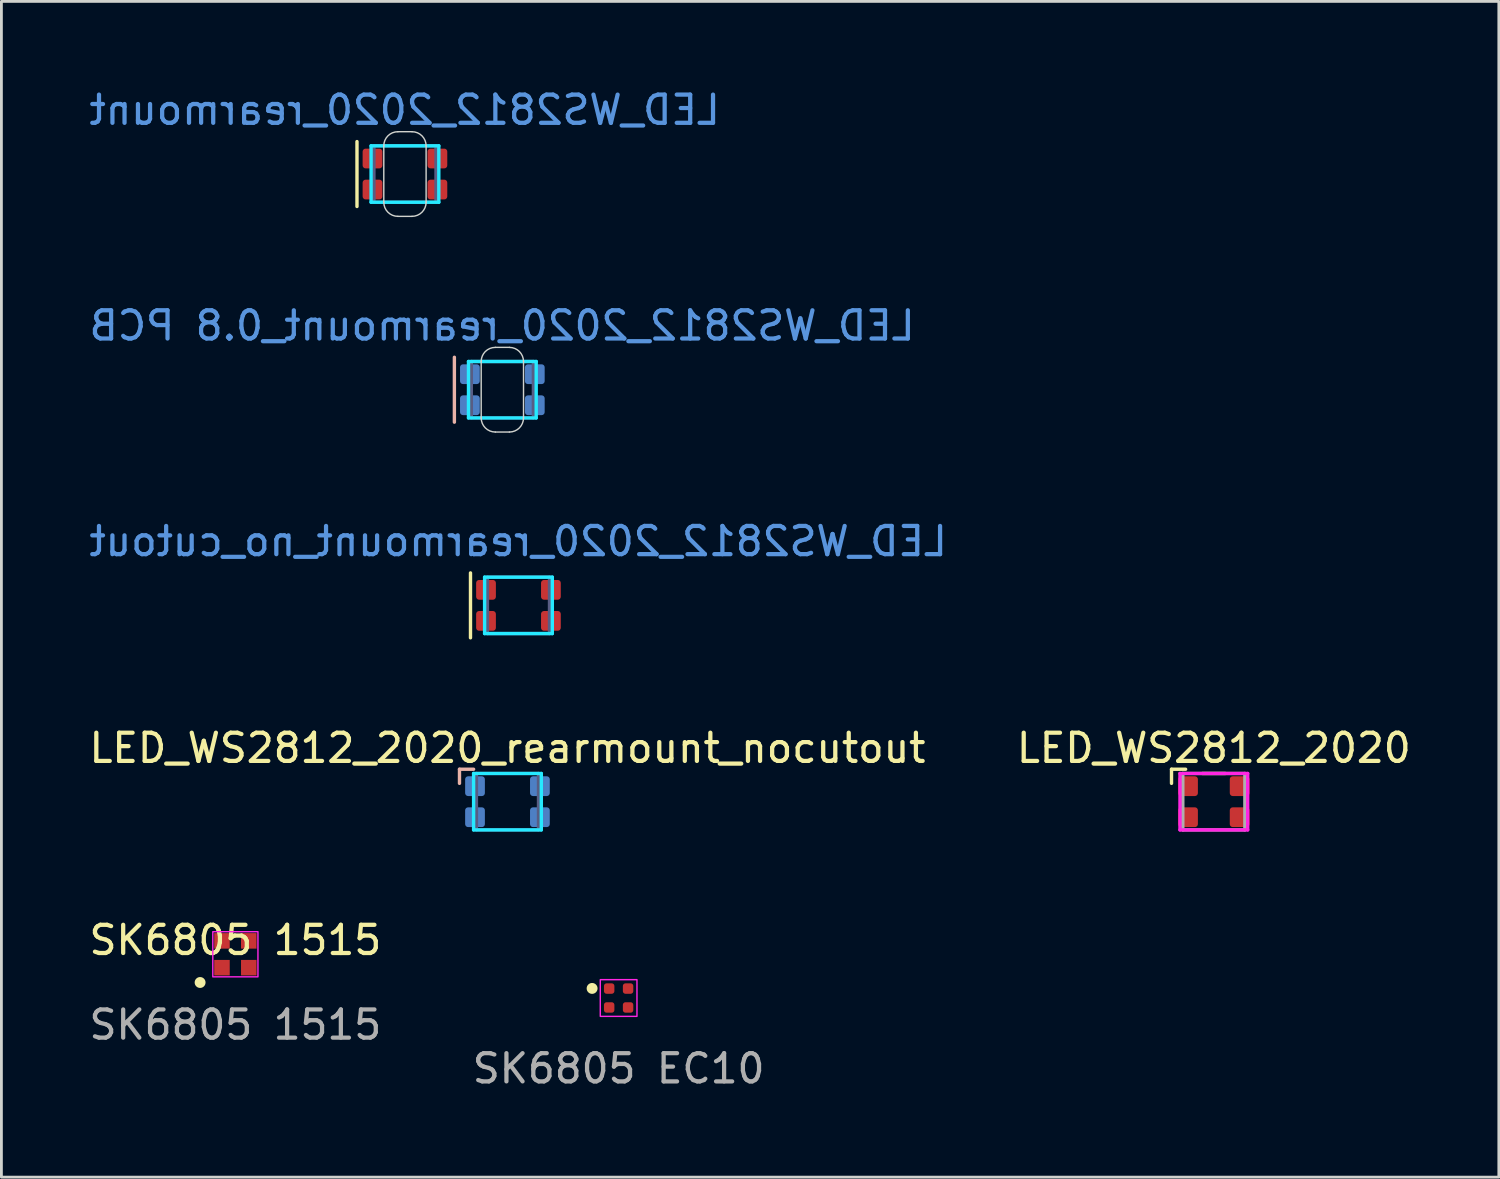
<source format=kicad_pcb>
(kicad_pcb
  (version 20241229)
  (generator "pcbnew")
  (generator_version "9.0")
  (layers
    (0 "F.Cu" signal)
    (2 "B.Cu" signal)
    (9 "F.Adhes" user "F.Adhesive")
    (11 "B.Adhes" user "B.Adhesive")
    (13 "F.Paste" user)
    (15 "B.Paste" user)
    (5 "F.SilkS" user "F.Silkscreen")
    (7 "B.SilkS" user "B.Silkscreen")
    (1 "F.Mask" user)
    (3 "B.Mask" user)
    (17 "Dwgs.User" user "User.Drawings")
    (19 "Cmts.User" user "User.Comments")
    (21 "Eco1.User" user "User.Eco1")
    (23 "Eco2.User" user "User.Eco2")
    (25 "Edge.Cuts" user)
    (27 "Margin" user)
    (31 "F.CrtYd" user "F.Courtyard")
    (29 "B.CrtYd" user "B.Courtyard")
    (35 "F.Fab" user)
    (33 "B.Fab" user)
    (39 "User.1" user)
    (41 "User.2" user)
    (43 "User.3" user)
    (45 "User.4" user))
  (footprint "LED_WS2812_2020_rearmount_no_cutout"
    (layer "F.Cu")
    (at 15.325 18.405)
    (property "Reference" "LED_WS2812_2020_rearmount_no_cutout" (at -0.01 -2.27 0) (layer "Cmts.User") (effects (font (size 1 1) (thickness 0.15)) (justify mirror)))
    (attr smd)
    (fp_line (start -1.7 1.15) (end -1.7 -1.15) (stroke (width 0.12) (type solid)) (layer "F.SilkS"))
    (fp_line (start -1.2 -1) (end 1.2 -1) (stroke (width 0.12) (type solid)) (layer "B.CrtYd"))
    (fp_line (start -1.2 1) (end -1.2 -1) (stroke (width 0.12) (type solid)) (layer "B.CrtYd"))
    (fp_line (start 1.2 -1) (end 1.2 1) (stroke (width 0.12) (type solid)) (layer "B.CrtYd"))
    (fp_line (start 1.2 1) (end -1.2 1) (stroke (width 0.12) (type solid)) (layer "B.CrtYd"))
    (fp_line (start -1.1 -1) (end 1.1 -1) (stroke (width 0.12) (type solid)) (layer "B.Fab"))
    (fp_line (start -1.1 1) (end -1.1 -1) (stroke (width 0.12) (type solid)) (layer "B.Fab"))
    (fp_line (start 1.1 -1) (end 1.1 1) (stroke (width 0.12) (type solid)) (layer "B.Fab"))
    (fp_line (start 1.1 1) (end -1.1 1) (stroke (width 0.12) (type solid)) (layer "B.Fab"))
    (pad "1" smd roundrect (at -1.15 0.55) (size 0.7 0.7) (layers "F.Cu" "F.Mask" "F.Paste") (roundrect_rratio 0.15))
    (pad "2" smd roundrect (at -1.15 -0.55) (size 0.7 0.7) (layers "F.Cu" "F.Mask" "F.Paste") (roundrect_rratio 0.15))
    (pad "3" smd roundrect (at 1.15 -0.55) (size 0.7 0.7) (layers "F.Cu" "F.Mask" "F.Paste") (roundrect_rratio 0.15))
    (pad "4" smd roundrect (at 1.15 0.55) (size 0.7 0.7) (layers "F.Cu" "F.Mask" "F.Paste") (roundrect_rratio 0.15)))
  (footprint "LED_WS2812_2020"
    (layer "F.Cu")
    (at 39.97 25.363)
    (property "Reference" "LED_WS2812_2020" (at 0 -1.9 0) (layer "F.SilkS") (effects (font (size 1 1) (thickness 0.15))))
    (attr smd)
    (fp_line (start -1.5 -1.15) (end -1 -1.15) (stroke (width 0.12) (type solid)) (layer "F.SilkS"))
    (fp_line (start -1.5 -0.65) (end -1.5 -1.15) (stroke (width 0.12) (type solid)) (layer "F.SilkS"))
    (fp_line (start -0.4 -1) (end 0.4 -1) (stroke (width 0.12) (type solid)) (layer "F.SilkS"))
    (fp_line (start -1.2 -1) (end 1.2 -1) (stroke (width 0.12) (type solid)) (layer "F.CrtYd"))
    (fp_line (start -1.2 1) (end -1.2 -1) (stroke (width 0.12) (type solid)) (layer "F.CrtYd"))
    (fp_line (start 1.2 -1) (end 1.2 1) (stroke (width 0.12) (type solid)) (layer "F.CrtYd"))
    (fp_line (start 1.2 1) (end -1.2 1) (stroke (width 0.12) (type solid)) (layer "F.CrtYd"))
    (fp_line (start -1.1 -1) (end 1.1 -1) (stroke (width 0.12) (type solid)) (layer "F.Fab"))
    (fp_line (start -1.1 1) (end -1.1 -1) (stroke (width 0.12) (type solid)) (layer "F.Fab"))
    (fp_line (start 1.1 -1) (end 1.1 1) (stroke (width 0.12) (type solid)) (layer "F.Fab"))
    (fp_line (start 1.1 1) (end -1.1 1) (stroke (width 0.12) (type solid)) (layer "F.Fab"))
    (pad "1" smd roundrect (at -0.915 -0.55) (size 0.7 0.7) (layers "F.Cu" "F.Mask" "F.Paste") (roundrect_rratio 0.15))
    (pad "2" smd roundrect (at -0.915 0.55) (size 0.7 0.7) (layers "F.Cu" "F.Mask" "F.Paste") (roundrect_rratio 0.15))
    (pad "3" smd roundrect (at 0.915 0.55) (size 0.7 0.7) (layers "F.Cu" "F.Mask" "F.Paste") (roundrect_rratio 0.15))
    (pad "4" smd roundrect (at 0.915 -0.55) (size 0.7 0.7) (layers "F.Cu" "F.Mask" "F.Paste") (roundrect_rratio 0.15)))
  (footprint "LED_WS2812_2020_rearmount_0.8 PCB"
    (layer "F.Cu")
    (at 14.754 10.762)
    (property "Reference" "LED_WS2812_2020_rearmount_0.8 PCB" (at -0.01 -2.27 0) (layer "Cmts.User") (effects (font (size 1 1) (thickness 0.15)) (justify mirror)))
    (attr smd)
    (fp_line (start -1.7 1.15) (end -1.7 -1.15) (stroke (width 0.12) (type solid)) (layer "B.SilkS"))
    (fp_line (start -0.75 -1) (end -0.75 1) (stroke (width 0.05) (type solid)) (layer "Edge.Cuts"))
    (fp_line (start -0.25 -1.5) (end 0.25 -1.5) (stroke (width 0.05) (type solid)) (layer "Edge.Cuts"))
    (fp_line (start 0.25 1.5) (end -0.25 1.5) (stroke (width 0.05) (type solid)) (layer "Edge.Cuts"))
    (fp_line (start 0.75 1) (end 0.75 -1) (stroke (width 0.05) (type solid)) (layer "Edge.Cuts"))
    (fp_arc (start -0.75 -1) (mid -0.603554 -1.353553) (end -0.250001 -1.499999) (stroke (width 0.05) (type solid)) (layer "Edge.Cuts"))
    (fp_arc (start -0.250001 1.500001) (mid -0.603554 1.353554) (end -0.75 1) (stroke (width 0.05) (type solid)) (layer "Edge.Cuts"))
    (fp_arc (start 0.250001 -1.500001) (mid 0.603554 -1.353554) (end 0.75 -1) (stroke (width 0.05) (type solid)) (layer "Edge.Cuts"))
    (fp_arc (start 0.75 1) (mid 0.603554 1.353553) (end 0.250001 1.499999) (stroke (width 0.05) (type solid)) (layer "Edge.Cuts"))
    (fp_line (start -1.2 -1) (end 1.2 -1) (stroke (width 0.12) (type solid)) (layer "B.CrtYd"))
    (fp_line (start -1.2 1) (end -1.2 -1) (stroke (width 0.12) (type solid)) (layer "B.CrtYd"))
    (fp_line (start 1.2 -1) (end 1.2 1) (stroke (width 0.12) (type solid)) (layer "B.CrtYd"))
    (fp_line (start 1.2 1) (end -1.2 1) (stroke (width 0.12) (type solid)) (layer "B.CrtYd"))
    (fp_line (start -1.1 -1) (end 1.1 -1) (stroke (width 0.12) (type solid)) (layer "B.Fab"))
    (fp_line (start -1.1 1) (end -1.1 -1) (stroke (width 0.12) (type solid)) (layer "B.Fab"))
    (fp_line (start 1.1 -1) (end 1.1 1) (stroke (width 0.12) (type solid)) (layer "B.Fab"))
    (fp_line (start 1.1 1) (end -1.1 1) (stroke (width 0.12) (type solid)) (layer "B.Fab"))
    (pad "1" smd roundrect (at -1.15 -0.55) (size 0.7 0.7) (layers "B.Cu" "B.Mask" "B.Paste") (roundrect_rratio 0.15))
    (pad "2" smd roundrect (at -1.15 0.55) (size 0.7 0.7) (layers "B.Cu" "B.Mask" "B.Paste") (roundrect_rratio 0.15))
    (pad "3" smd roundrect (at 1.15 0.55) (size 0.7 0.7) (layers "B.Cu" "B.Mask" "B.Paste") (roundrect_rratio 0.15))
    (pad "4" smd roundrect (at 1.15 -0.55) (size 0.7 0.7) (layers "B.Cu" "B.Mask" "B.Paste") (roundrect_rratio 0.15)))
  (footprint "LED_WS2812_2020_rearmount"
    (layer "F.Cu")
    (at 11.302 3.118)
    (property "Reference" "LED_WS2812_2020_rearmount" (at -0.01 -2.27 0) (layer "Cmts.User") (effects (font (size 1 1) (thickness 0.15)) (justify mirror)))
    (attr smd)
    (fp_line (start -1.7 1.15) (end -1.7 -1.15) (stroke (width 0.12) (type solid)) (layer "F.SilkS"))
    (fp_line (start -0.75 -1) (end -0.75 1) (stroke (width 0.05) (type solid)) (layer "Edge.Cuts"))
    (fp_line (start -0.25 -1.5) (end 0.25 -1.5) (stroke (width 0.05) (type solid)) (layer "Edge.Cuts"))
    (fp_line (start 0.25 1.5) (end -0.25 1.5) (stroke (width 0.05) (type solid)) (layer "Edge.Cuts"))
    (fp_line (start 0.75 1) (end 0.75 -1) (stroke (width 0.05) (type solid)) (layer "Edge.Cuts"))
    (fp_arc (start -0.75 -1) (mid -0.603554 -1.353553) (end -0.250001 -1.499999) (stroke (width 0.05) (type solid)) (layer "Edge.Cuts"))
    (fp_arc (start -0.250001 1.500001) (mid -0.603554 1.353554) (end -0.75 1) (stroke (width 0.05) (type solid)) (layer "Edge.Cuts"))
    (fp_arc (start 0.250001 -1.500001) (mid 0.603554 -1.353554) (end 0.75 -1) (stroke (width 0.05) (type solid)) (layer "Edge.Cuts"))
    (fp_arc (start 0.75 1) (mid 0.603554 1.353553) (end 0.250001 1.499999) (stroke (width 0.05) (type solid)) (layer "Edge.Cuts"))
    (fp_line (start -1.2 -1) (end 1.2 -1) (stroke (width 0.12) (type solid)) (layer "B.CrtYd"))
    (fp_line (start -1.2 1) (end -1.2 -1) (stroke (width 0.12) (type solid)) (layer "B.CrtYd"))
    (fp_line (start 1.2 -1) (end 1.2 1) (stroke (width 0.12) (type solid)) (layer "B.CrtYd"))
    (fp_line (start 1.2 1) (end -1.2 1) (stroke (width 0.12) (type solid)) (layer "B.CrtYd"))
    (fp_line (start -1.1 -1) (end 1.1 -1) (stroke (width 0.12) (type solid)) (layer "B.Fab"))
    (fp_line (start -1.1 1) (end -1.1 -1) (stroke (width 0.12) (type solid)) (layer "B.Fab"))
    (fp_line (start 1.1 -1) (end 1.1 1) (stroke (width 0.12) (type solid)) (layer "B.Fab"))
    (fp_line (start 1.1 1) (end -1.1 1) (stroke (width 0.12) (type solid)) (layer "B.Fab"))
    (pad "1" smd roundrect (at -1.15 0.55) (size 0.7 0.7) (layers "F.Cu" "F.Mask" "F.Paste") (roundrect_rratio 0.15))
    (pad "2" smd roundrect (at -1.15 -0.55) (size 0.7 0.7) (layers "F.Cu" "F.Mask" "F.Paste") (roundrect_rratio 0.15))
    (pad "3" smd roundrect (at 1.15 -0.55) (size 0.7 0.7) (layers "F.Cu" "F.Mask" "F.Paste") (roundrect_rratio 0.15))
    (pad "4" smd roundrect (at 1.15 0.55) (size 0.7 0.7) (layers "F.Cu" "F.Mask" "F.Paste") (roundrect_rratio 0.15)))
  (footprint "LED_WS2812_2020_rearmount_nocutout"
    (layer "F.Cu")
    (at 14.935 25.363)
    (property "Reference" "LED_WS2812_2020_rearmount_nocutout" (at 0 -1.9 0) (layer "F.SilkS") (effects (font (size 1 1) (thickness 0.15))))
    (attr smd)
    (fp_line (start -1.7 -1.15) (end -1.2 -1.15) (stroke (width 0.12) (type solid)) (layer "B.SilkS"))
    (fp_line (start -1.7 -0.65) (end -1.7 -1.15) (stroke (width 0.12) (type solid)) (layer "B.SilkS"))
    (fp_line (start -1.2 -1) (end 1.2 -1) (stroke (width 0.12) (type solid)) (layer "B.CrtYd"))
    (fp_line (start -1.2 1) (end -1.2 -1) (stroke (width 0.12) (type solid)) (layer "B.CrtYd"))
    (fp_line (start 1.2 -1) (end 1.2 1) (stroke (width 0.12) (type solid)) (layer "B.CrtYd"))
    (fp_line (start 1.2 1) (end -1.2 1) (stroke (width 0.12) (type solid)) (layer "B.CrtYd"))
    (fp_line (start -1.1 -1) (end 1.1 -1) (stroke (width 0.12) (type solid)) (layer "B.Fab"))
    (fp_line (start -1.1 1) (end -1.1 -1) (stroke (width 0.12) (type solid)) (layer "B.Fab"))
    (fp_line (start 1.1 -1) (end 1.1 1) (stroke (width 0.12) (type solid)) (layer "B.Fab"))
    (fp_line (start 1.1 1) (end -1.1 1) (stroke (width 0.12) (type solid)) (layer "B.Fab"))
    (pad "1" smd roundrect (at -1.15 -0.55) (size 0.7 0.7) (layers "B.Cu" "B.Mask" "B.Paste") (roundrect_rratio 0.15))
    (pad "2" smd roundrect (at -1.15 0.55) (size 0.7 0.7) (layers "B.Cu" "B.Mask" "B.Paste") (roundrect_rratio 0.15))
    (pad "3" smd roundrect (at 1.15 0.55) (size 0.7 0.7) (layers "B.Cu" "B.Mask" "B.Paste") (roundrect_rratio 0.15))
    (pad "4" smd roundrect (at 1.15 -0.55) (size 0.7 0.7) (layers "B.Cu" "B.Mask" "B.Paste") (roundrect_rratio 0.15)))
  (footprint "SK6805 EC10"
    (layer "F.Cu")
    (at 18.875 32.321)
    (property "Reference" "SK6805 EC10" (at 0 -2.05 0) (unlocked yes) (layer "User.2") (effects (font (size 1 1) (thickness 0.15))))
    (attr smd)
    (fp_circle (center -0.94 -0.34) (end -0.772 -0.34) (stroke (width 0.05) (type solid)) (fill yes) (layer "F.SilkS"))
    (fp_rect (start -0.65 0.65) (end 0.65 -0.65) (stroke (width 0.05) (type solid)) (fill no) (layer "F.CrtYd"))
    (fp_text user "${REFERENCE}" (at 0 2.5 0) (unlocked yes) (layer "F.Fab") (effects (font (size 1 1) (thickness 0.15))))
    (pad "1" smd roundrect (at -0.335 -0.335) (size 0.37 0.37) (layers "F.Cu" "F.Mask" "F.Paste") (roundrect_rratio 0.25))
    (pad "2" smd roundrect (at -0.335 0.335) (size 0.37 0.37) (layers "F.Cu" "F.Mask" "F.Paste") (roundrect_rratio 0.25))
    (pad "3" smd roundrect (at 0.335 0.335) (size 0.37 0.37) (layers "F.Cu" "F.Mask" "F.Paste") (roundrect_rratio 0.25))
    (pad "4" smd roundrect (at 0.335 -0.335) (size 0.37 0.37) (layers "F.Cu" "F.Mask" "F.Paste") (roundrect_rratio 0.25)))
  (footprint "SK6805 1515"
    (layer "F.Cu")
    (at 5.292 30.771)
    (property "Reference" "SK6805 1515" (at 0 -0.5 0) (unlocked yes) (layer "F.SilkS") (effects (font (size 1 1) (thickness 0.15))))
    (attr smd)
    (fp_circle (center -1.25 1) (end -1.082 1) (stroke (width 0.05) (type solid)) (fill yes) (layer "F.SilkS"))
    (fp_rect (start -0.8 0.8) (end 0.8 -0.8) (stroke (width 0.05) (type solid)) (fill no) (layer "F.CrtYd"))
    (fp_text user "${REFERENCE}" (at 0 2.5 0) (unlocked yes) (layer "F.Fab") (effects (font (size 1 1) (thickness 0.15))))
    (pad "1" smd rect (at -0.475 0.475) (size 0.55 0.55) (layers "F.Cu" "F.Mask" "F.Paste"))
    (pad "2" smd rect (at 0.475 0.475) (size 0.55 0.55) (layers "F.Cu" "F.Mask" "F.Paste"))
    (pad "3" smd rect (at 0.475 -0.475) (size 0.55 0.55) (layers "F.Cu" "F.Mask" "F.Paste"))
    (pad "4" smd rect (at -0.475 -0.475) (size 0.55 0.55) (layers "F.Cu" "F.Mask" "F.Paste")))
  (gr_rect
    (start -3 -3)
    (end 50.071 38.67)
    (stroke (width 0.1) (type default))
    (fill no)
    (layer "Edge.Cuts")))
</source>
